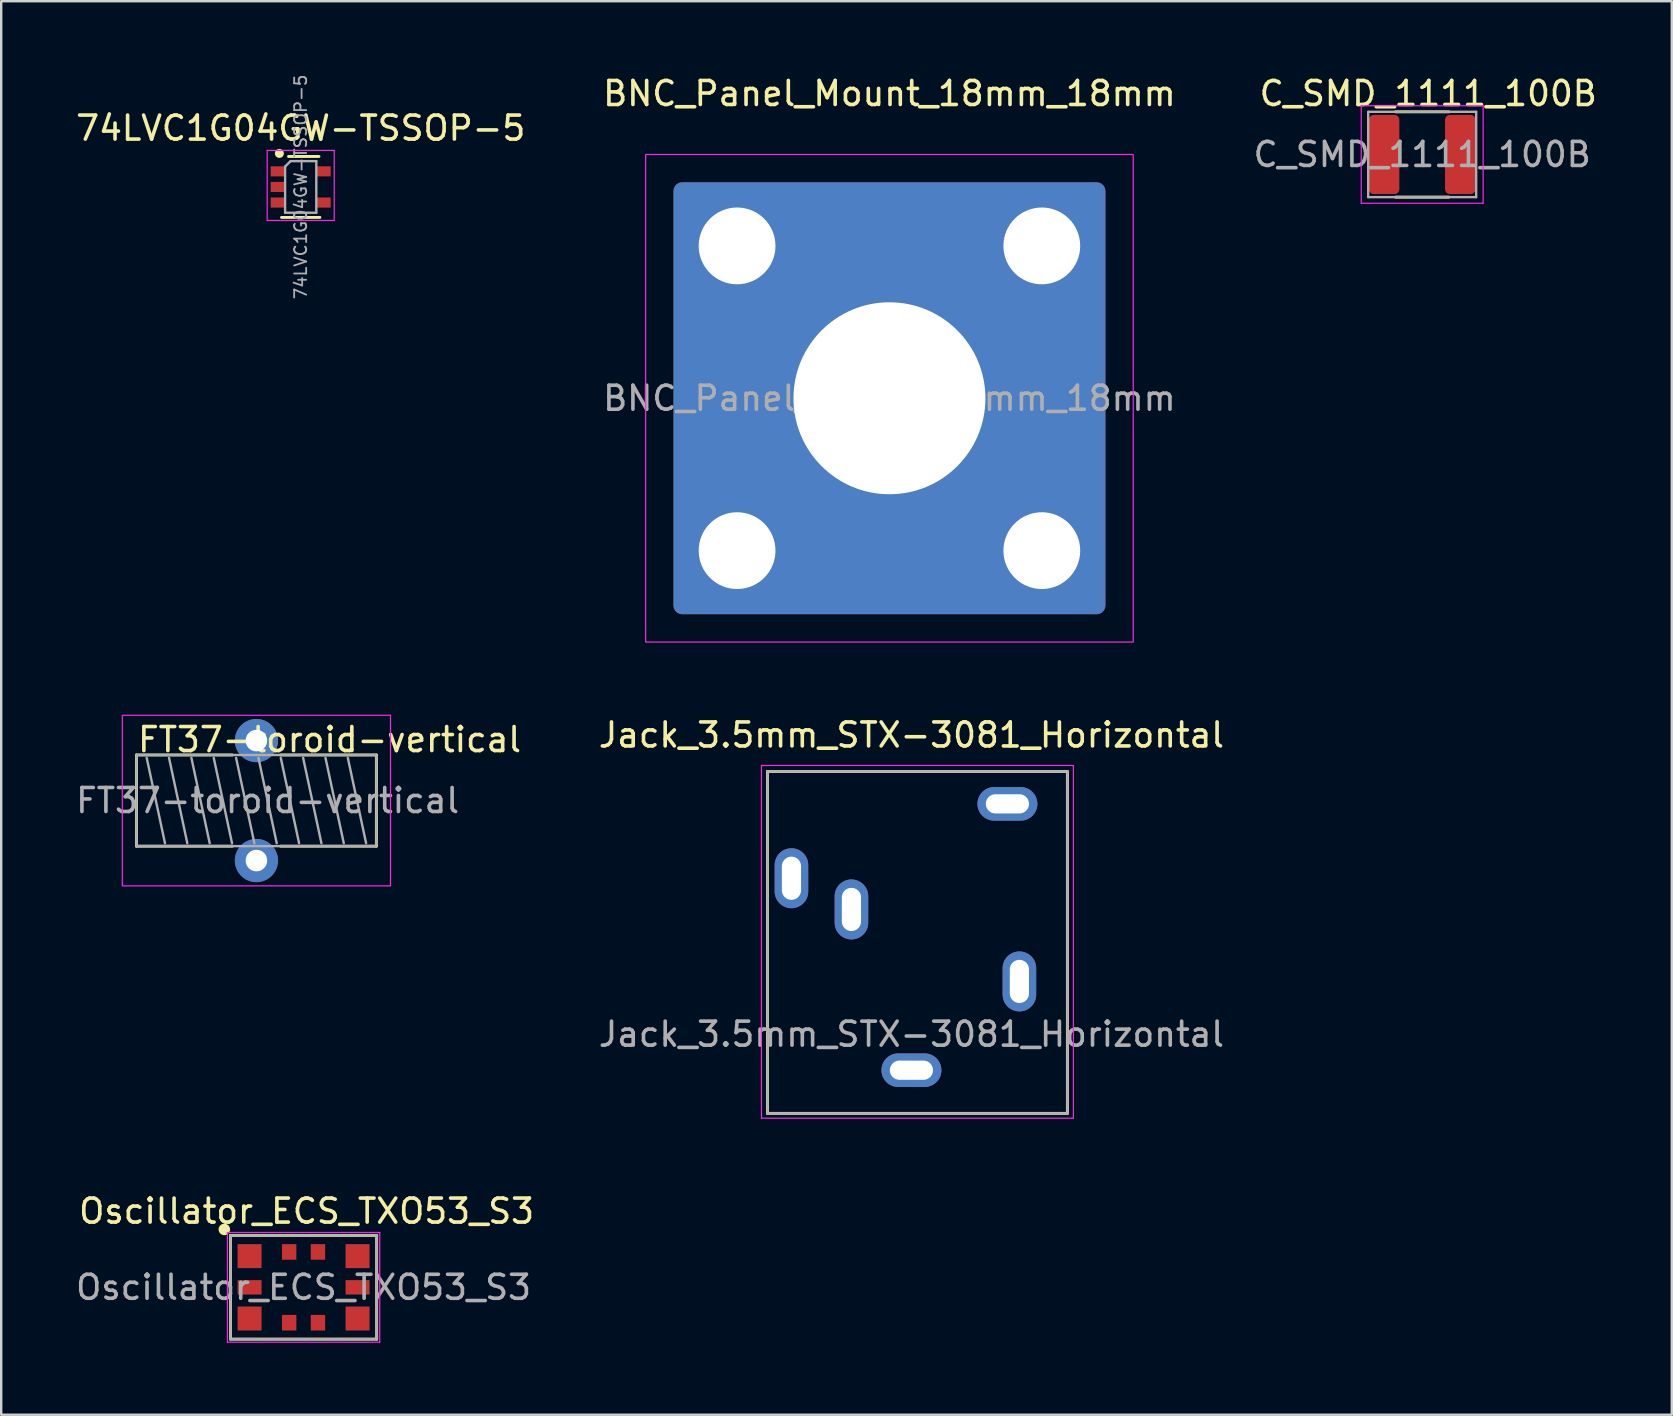
<source format=kicad_pcb>
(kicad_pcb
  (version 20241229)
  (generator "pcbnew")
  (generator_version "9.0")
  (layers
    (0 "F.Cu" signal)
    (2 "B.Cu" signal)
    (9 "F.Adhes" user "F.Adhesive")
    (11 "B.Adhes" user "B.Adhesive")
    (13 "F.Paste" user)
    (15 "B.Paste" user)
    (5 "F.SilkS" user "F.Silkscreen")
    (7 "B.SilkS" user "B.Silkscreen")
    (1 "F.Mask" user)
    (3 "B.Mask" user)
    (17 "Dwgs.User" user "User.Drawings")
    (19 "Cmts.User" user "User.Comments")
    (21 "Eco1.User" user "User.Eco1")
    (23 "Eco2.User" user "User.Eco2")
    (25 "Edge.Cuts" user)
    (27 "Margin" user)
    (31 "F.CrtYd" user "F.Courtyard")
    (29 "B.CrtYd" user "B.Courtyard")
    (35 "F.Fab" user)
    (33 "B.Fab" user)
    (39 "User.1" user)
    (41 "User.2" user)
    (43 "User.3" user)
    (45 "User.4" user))
  (footprint "C_SMD_1111_100B"
    (layer "F.Cu")
    (at 56.22 3.388)
    (property "Reference" "C_SMD_1111_100B" (at 0.254 -2.54 0) (layer "F.SilkS") (effects (font (size 1 1) (thickness 0.15))))
    (attr smd)
    (fp_line (start -1.116 -1.778) (end 1.116 -1.778) (stroke (width 0.12) (type solid)) (layer "F.SilkS"))
    (fp_line (start -1.116 1.778) (end 1.116 1.778) (stroke (width 0.12) (type solid)) (layer "F.SilkS"))
    (fp_line (start -2.54 -2.032) (end 2.54 -2.032) (stroke (width 0.05) (type solid)) (layer "F.CrtYd"))
    (fp_line (start -2.54 2.032) (end -2.54 -2.032) (stroke (width 0.05) (type solid)) (layer "F.CrtYd"))
    (fp_line (start 2.54 -2.032) (end 2.54 2.032) (stroke (width 0.05) (type solid)) (layer "F.CrtYd"))
    (fp_line (start 2.54 2.032) (end -2.54 2.032) (stroke (width 0.05) (type solid)) (layer "F.CrtYd"))
    (fp_line (start -2.25 -1.778) (end 2.25 -1.778) (stroke (width 0.1) (type solid)) (layer "F.Fab"))
    (fp_line (start -2.25 1.778) (end -2.25 -1.778) (stroke (width 0.1) (type solid)) (layer "F.Fab"))
    (fp_line (start 2.25 -1.778) (end 2.25 1.778) (stroke (width 0.1) (type solid)) (layer "F.Fab"))
    (fp_line (start 2.25 1.778) (end -2.25 1.778) (stroke (width 0.1) (type solid)) (layer "F.Fab"))
    (fp_text user "${REFERENCE}" (at 0 0 0) (layer "F.Fab") (effects (font (size 1 1) (thickness 0.15))))
    (pad "1" smd roundrect (at -1.587 0) (size 1.27 3.302) (layers "F.Cu" "F.Mask" "F.Paste") (roundrect_rratio 0.159))
    (pad "2" smd roundrect (at 1.587 0) (size 1.27 3.302) (layers "F.Cu" "F.Mask" "F.Paste") (roundrect_rratio 0.159)))
  (footprint "Jack_3.5mm_STX-3081_Horizontal"
    (layer "F.Cu")
    (at 34.934 41.551)
    (property "Reference" "Jack_3.5mm_STX-3081_Horizontal" (at 0 -13.97 0) (layer "F.SilkS") (effects (font (size 1 1) (thickness 0.15))))
    (attr through_hole exclude_from_pos_files exclude_from_bom)
    (fp_line (start -6 -12.446) (end 6.5 -12.446) (stroke (width 0.12) (type solid)) (layer "F.SilkS"))
    (fp_line (start -6 1.8) (end -6 -12.446) (stroke (width 0.12) (type solid)) (layer "F.SilkS"))
    (fp_line (start 6.5 -12.446) (end 6.5 1.8) (stroke (width 0.12) (type solid)) (layer "F.SilkS"))
    (fp_line (start 6.5 1.8) (end -6 1.8) (stroke (width 0.12) (type solid)) (layer "F.SilkS"))
    (fp_line (start -6.25 -12.7) (end -6.25 2) (stroke (width 0.05) (type solid)) (layer "F.CrtYd"))
    (fp_line (start -6.25 2) (end 6.75 2) (stroke (width 0.05) (type solid)) (layer "F.CrtYd"))
    (fp_line (start 6.75 -12.7) (end -6.25 -12.7) (stroke (width 0.05) (type solid)) (layer "F.CrtYd"))
    (fp_line (start 6.75 2) (end 6.75 -12.7) (stroke (width 0.05) (type solid)) (layer "F.CrtYd"))
    (fp_line (start -6 -12.446) (end 6.5 -12.446) (stroke (width 0.1) (type solid)) (layer "F.Fab"))
    (fp_line (start -6 1.8) (end -6 -12.446) (stroke (width 0.1) (type solid)) (layer "F.Fab"))
    (fp_line (start 6.5 1.8) (end -6 1.8) (stroke (width 0.1) (type solid)) (layer "F.Fab"))
    (fp_line (start 6.5 1.8) (end 6.5 -12.446) (stroke (width 0.1) (type solid)) (layer "F.Fab"))
    (fp_text user "${REFERENCE}" (at 0 -1.5 0) (layer "F.Fab") (effects (font (size 1 1) (thickness 0.15))))
    (pad "R" thru_hole oval (at -5 -8 90) (size 2.5 1.4) (drill oval 1.8 0.8) (layers "*.Cu" "*.Mask"))
    (pad "RN" thru_hole oval (at -2.5 -6.7 90) (size 2.5 1.4) (drill oval 1.8 0.8) (layers "*.Cu" "*.Mask"))
    (pad "S" thru_hole oval (at 0 0) (size 2.5 1.4) (drill oval 1.8 0.8) (layers "*.Cu" "*.Mask"))
    (pad "T" thru_hole oval (at 4.5 -3.7 90) (size 2.5 1.4) (drill oval 1.8 0.8) (layers "*.Cu" "*.Mask"))
    (pad "TN" thru_hole oval (at 4 -11.1) (size 2.5 1.4) (drill oval 1.8 0.8) (layers "*.Cu" "*.Mask")))
  (footprint "74LVC1G04GW-TSSOP-5"
    (layer "F.Cu")
    (at 9.482 4.741)
    (property "Reference" "74LVC1G04GW-TSSOP-5" (at 0 -2.45 0) (layer "F.SilkS") (effects (font (size 1 1) (thickness 0.15))))
    (attr smd)
    (fp_line (start -0.8 1.27) (end 0.8 1.27) (stroke (width 0.12) (type solid)) (layer "F.SilkS"))
    (fp_line (start 0.762 -1.27) (end -0.508 -1.27) (stroke (width 0.12) (type solid)) (layer "F.SilkS"))
    (fp_circle (center -0.889 -1.397) (end -0.762 -1.397) (stroke (width 0.12) (type solid)) (fill yes) (layer "F.SilkS"))
    (fp_line (start -1.397 -1.524) (end -1.397 1.397) (stroke (width 0.05) (type solid)) (layer "F.CrtYd"))
    (fp_line (start -1.397 -1.524) (end 1.397 -1.524) (stroke (width 0.05) (type solid)) (layer "F.CrtYd"))
    (fp_line (start 1.397 1.397) (end -1.397 1.397) (stroke (width 0.05) (type solid)) (layer "F.CrtYd"))
    (fp_line (start 1.397 1.397) (end 1.397 -1.524) (stroke (width 0.05) (type solid)) (layer "F.CrtYd"))
    (fp_line (start -0.65 -0.85) (end -0.65 1.075) (stroke (width 0.1) (type solid)) (layer "F.Fab"))
    (fp_line (start -0.65 -0.85) (end -0.425 -1.075) (stroke (width 0.1) (type solid)) (layer "F.Fab"))
    (fp_line (start 0.65 -1.075) (end -0.425 -1.075) (stroke (width 0.1) (type solid)) (layer "F.Fab"))
    (fp_line (start 0.65 -1.075) (end 0.65 1.075) (stroke (width 0.1) (type solid)) (layer "F.Fab"))
    (fp_line (start 0.65 1.075) (end -0.65 1.075) (stroke (width 0.1) (type solid)) (layer "F.Fab"))
    (fp_text user "${REFERENCE}" (at 0 0 90) (layer "F.Fab") (effects (font (size 0.5 0.5) (thickness 0.075))))
    (pad "1" smd rect (at -0.95 -0.65) (size 0.6 0.42) (layers "F.Cu" "F.Mask" "F.Paste"))
    (pad "2" smd rect (at -0.95 0) (size 0.6 0.42) (layers "F.Cu" "F.Mask" "F.Paste"))
    (pad "3" smd rect (at -0.95 0.65) (size 0.6 0.42) (layers "F.Cu" "F.Mask" "F.Paste"))
    (pad "4" smd rect (at 0.95 0.65) (size 0.6 0.42) (layers "F.Cu" "F.Mask" "F.Paste"))
    (pad "5" smd rect (at 0.95 -0.65) (size 0.6 0.42) (layers "F.Cu" "F.Mask" "F.Paste")))
  (footprint "Oscillator_ECS_TXO53_S3"
    (layer "F.Cu")
    (at 9.601 50.6)
    (property "Reference" "Oscillator_ECS_TXO53_S3" (at 0.127 -3.175 0) (layer "F.SilkS") (effects (font (size 1 1) (thickness 0.15))))
    (attr smd)
    (fp_line (start -3.048 -2.159) (end -3.048 2.159) (stroke (width 0.12) (type solid)) (layer "F.SilkS"))
    (fp_line (start -3.048 2.159) (end 3.048 2.159) (stroke (width 0.12) (type solid)) (layer "F.SilkS"))
    (fp_line (start 3.048 -2.159) (end -3.048 -2.159) (stroke (width 0.12) (type solid)) (layer "F.SilkS"))
    (fp_line (start 3.048 2.159) (end 3.048 -2.159) (stroke (width 0.12) (type solid)) (layer "F.SilkS"))
    (fp_circle (center -3.302 -2.413) (end -3.122 -2.413) (stroke (width 0.12) (type solid)) (fill yes) (layer "F.SilkS"))
    (fp_line (start -3.175 -2.286) (end -3.175 2.286) (stroke (width 0.05) (type solid)) (layer "F.CrtYd"))
    (fp_line (start -3.175 2.286) (end 3.175 2.286) (stroke (width 0.05) (type solid)) (layer "F.CrtYd"))
    (fp_line (start 3.175 -2.286) (end -3.175 -2.286) (stroke (width 0.05) (type solid)) (layer "F.CrtYd"))
    (fp_line (start 3.175 2.286) (end 3.175 -2.286) (stroke (width 0.05) (type solid)) (layer "F.CrtYd"))
    (fp_line (start -3.048 -2.159) (end 3.048 -2.159) (stroke (width 0.1) (type solid)) (layer "F.Fab"))
    (fp_line (start -3.048 2.159) (end -3.048 -2.159) (stroke (width 0.1) (type solid)) (layer "F.Fab"))
    (fp_line (start 3.048 -2.159) (end 3.048 2.159) (stroke (width 0.1) (type solid)) (layer "F.Fab"))
    (fp_line (start 3.048 2.159) (end -3.048 2.159) (stroke (width 0.1) (type solid)) (layer "F.Fab"))
    (fp_text user "${REFERENCE}" (at 0 0 0) (layer "F.Fab") (effects (font (size 1 1) (thickness 0.15))))
    (pad "1" smd rect (at -2.25 -1.3) (size 1 1) (layers "F.Cu" "F.Mask" "F.Paste"))
    (pad "2" smd rect (at -0.6 -1.475) (size 0.6 0.65) (layers "F.Cu" "F.Mask" "F.Paste"))
    (pad "3" smd rect (at 0.6 -1.475) (size 0.6 0.65) (layers "F.Cu" "F.Mask" "F.Paste"))
    (pad "4" smd rect (at 2.25 -1.3) (size 1 1) (layers "F.Cu" "F.Mask" "F.Paste"))
    (pad "5" smd rect (at 2.25 0) (size 1 0.6) (layers "F.Cu" "F.Mask" "F.Paste"))
    (pad "6" smd rect (at 2.25 1.3) (size 1 1) (layers "F.Cu" "F.Mask" "F.Paste"))
    (pad "7" smd rect (at 0.6 1.475) (size 0.6 0.65) (layers "F.Cu" "F.Mask" "F.Paste"))
    (pad "8" smd rect (at -0.6 1.475) (size 0.6 0.65) (layers "F.Cu" "F.Mask" "F.Paste"))
    (pad "9" smd rect (at -2.25 1.3) (size 1 1) (layers "F.Cu" "F.Mask" "F.Paste"))
    (pad "10" smd rect (at -2.25 0) (size 1 0.6) (layers "F.Cu" "F.Mask" "F.Paste")))
  (footprint "FT37-toroid-vertical"
    (layer "F.Cu")
    (at 7.636 30.314)
    (property "Reference" "FT37-toroid-vertical" (at 3.048 -2.54 0) (layer "F.SilkS") (effects (font (size 1 1) (thickness 0.15))))
    (attr through_hole)
    (fp_line (start -5 -1.9) (end -5 1.9) (stroke (width 0.12) (type default)) (layer "F.SilkS"))
    (fp_line (start -5 -1.9) (end -1 -1.9) (stroke (width 0.12) (type default)) (layer "F.SilkS"))
    (fp_line (start -5 1.9) (end -1 1.9) (stroke (width 0.12) (type default)) (layer "F.SilkS"))
    (fp_line (start 1 -1.9) (end 5 -1.9) (stroke (width 0.12) (type default)) (layer "F.SilkS"))
    (fp_line (start 1 1.9) (end 5 1.9) (stroke (width 0.12) (type default)) (layer "F.SilkS"))
    (fp_line (start 5 -1.9) (end 5 1.9) (stroke (width 0.12) (type default)) (layer "F.SilkS"))
    (fp_rect (start -5.588 -3.556) (end 5.588 3.556) (stroke (width 0.05) (type default)) (fill no) (layer "F.CrtYd"))
    (fp_line (start -4.572 -1.778) (end -3.81 1.778) (stroke (width 0.1) (type default)) (layer "F.Fab"))
    (fp_line (start -3.641 -1.778) (end -2.879 1.778) (stroke (width 0.1) (type default)) (layer "F.Fab"))
    (fp_line (start -2.709 -1.778) (end -1.947 1.778) (stroke (width 0.1) (type default)) (layer "F.Fab"))
    (fp_line (start -1.778 -1.778) (end -1.016 1.778) (stroke (width 0.1) (type default)) (layer "F.Fab"))
    (fp_line (start -0.847 -1.778) (end -0.085 1.778) (stroke (width 0.1) (type default)) (layer "F.Fab"))
    (fp_line (start 0.085 -1.778) (end 0.847 1.778) (stroke (width 0.1) (type default)) (layer "F.Fab"))
    (fp_line (start 1.016 -1.778) (end 1.778 1.778) (stroke (width 0.1) (type default)) (layer "F.Fab"))
    (fp_line (start 1.947 -1.778) (end 2.709 1.778) (stroke (width 0.1) (type default)) (layer "F.Fab"))
    (fp_line (start 2.879 -1.778) (end 3.641 1.778) (stroke (width 0.1) (type default)) (layer "F.Fab"))
    (fp_line (start 3.81 -1.778) (end 4.572 1.778) (stroke (width 0.1) (type default)) (layer "F.Fab"))
    (fp_rect (start -5 -1.9) (end 5 1.9) (stroke (width 0.1) (type default)) (fill no) (layer "F.Fab"))
    (fp_text user "${REFERENCE}" (at 0.466 0 0) (layer "F.Fab") (effects (font (size 1 1) (thickness 0.15))))
    (pad "1" thru_hole circle (at 0 -2.5) (size 1.8 1.8) (drill 0.9) (layers "*.Cu" "*.Mask"))
    (pad "2" thru_hole circle (at 0 2.5) (size 1.8 1.8) (drill 0.9) (layers "*.Cu" "*.Mask")))
  (footprint "BNC_Panel_Mount_18mm_18mm"
    (layer "F.Cu")
    (at 34.018 13.548)
    (property "Reference" "BNC_Panel_Mount_18mm_18mm" (at 0 -12.7 180) (layer "F.SilkS") (effects (font (size 1 1) (thickness 0.15))))
    (attr through_hole)
    (fp_rect (start -10.16 -10.16) (end 10.16 10.16) (stroke (width 0.05) (type default)) (fill no) (layer "F.CrtYd"))
    (fp_text user "${REFERENCE}" (at 0 0 0) (layer "F.Fab") (effects (font (size 1 1) (thickness 0.15))))
    (pad "1" thru_hole circle (at -6.35 -6.35) (size 5 5) (drill 3.2) (layers "*.Cu" "*.Mask"))
    (pad "1" thru_hole circle (at -6.35 6.35) (size 5 5) (drill 3.2) (layers "*.Cu" "*.Mask"))
    (pad "1" thru_hole roundrect (at 0 0) (size 18 18) (drill 8) (layers "*.Cu" "*.Mask") (roundrect_rratio 0.02))
    (pad "1" thru_hole circle (at 6.35 -6.35) (size 5 5) (drill 3.2) (layers "*.Cu" "*.Mask"))
    (pad "1" thru_hole circle (at 6.35 6.35) (size 5 5) (drill 3.2) (layers "*.Cu" "*.Mask")))
  (gr_rect
    (start -3 -3)
    (end 66.623 55.911)
    (stroke (width 0.1) (type default))
    (fill no)
    (layer "Edge.Cuts")))
</source>
